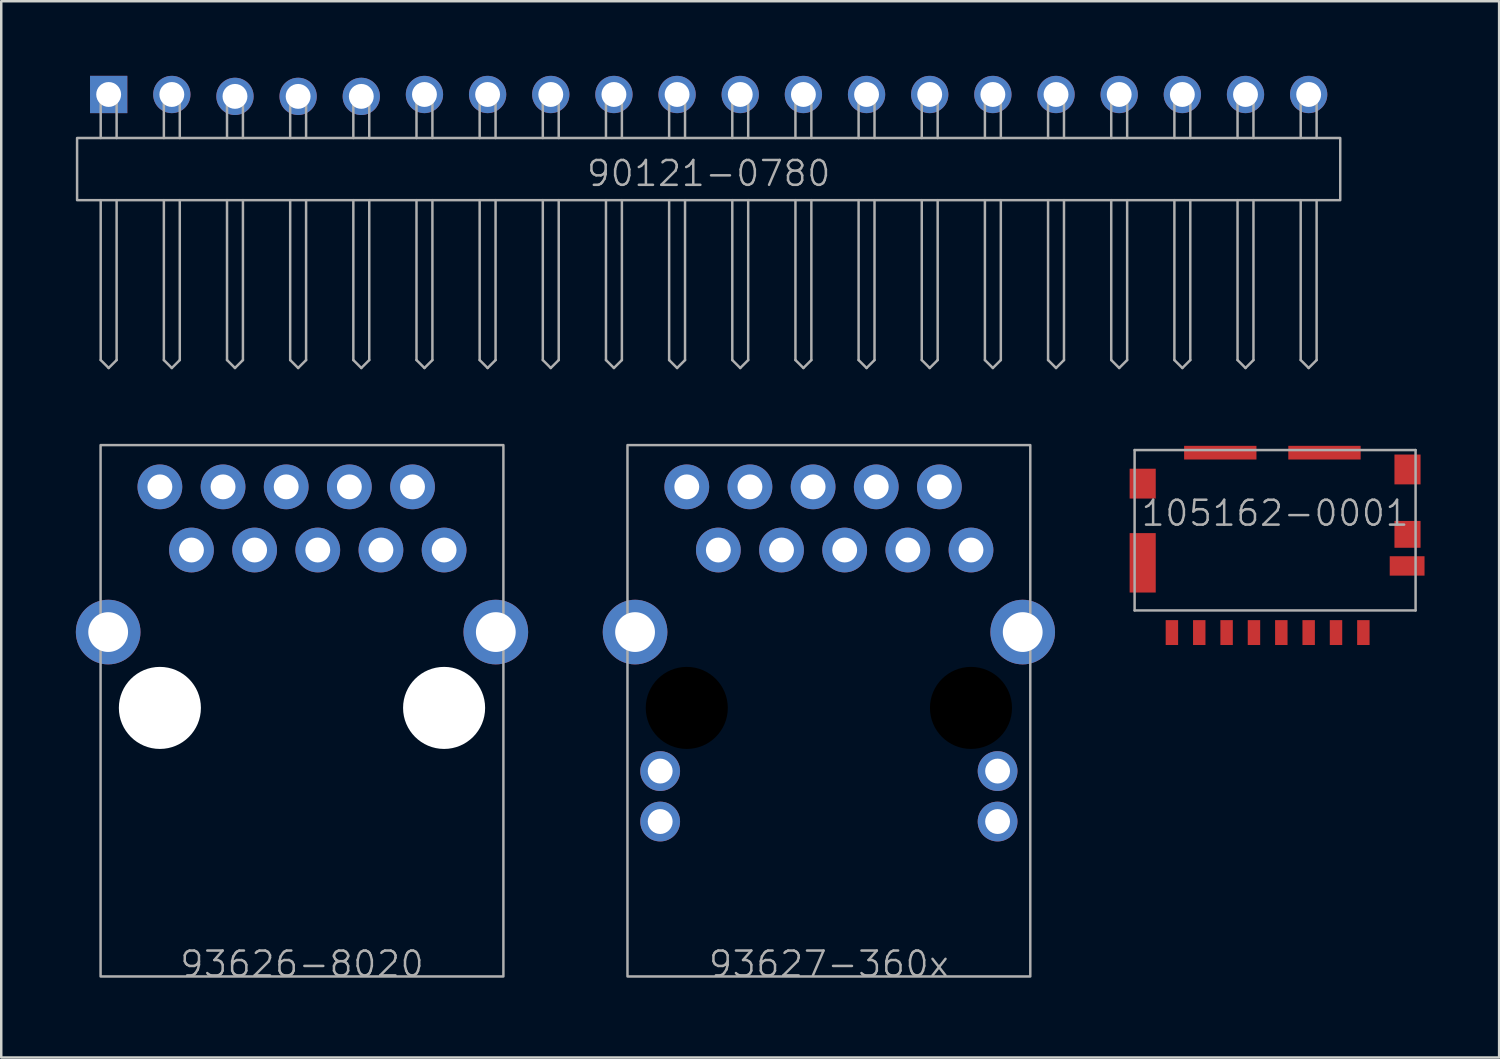
<source format=kicad_pcb>
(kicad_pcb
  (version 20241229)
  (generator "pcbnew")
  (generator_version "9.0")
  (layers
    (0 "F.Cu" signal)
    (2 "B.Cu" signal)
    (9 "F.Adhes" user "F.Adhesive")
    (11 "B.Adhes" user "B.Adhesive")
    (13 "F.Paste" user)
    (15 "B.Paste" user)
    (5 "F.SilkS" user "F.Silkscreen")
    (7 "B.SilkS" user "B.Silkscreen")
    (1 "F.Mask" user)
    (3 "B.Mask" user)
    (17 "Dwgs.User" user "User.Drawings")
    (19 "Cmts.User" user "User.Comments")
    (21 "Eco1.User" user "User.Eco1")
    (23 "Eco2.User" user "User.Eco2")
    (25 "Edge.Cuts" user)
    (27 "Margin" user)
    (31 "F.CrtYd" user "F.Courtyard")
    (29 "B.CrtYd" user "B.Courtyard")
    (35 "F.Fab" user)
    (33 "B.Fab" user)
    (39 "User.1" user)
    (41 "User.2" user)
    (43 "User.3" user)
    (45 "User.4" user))
  (footprint "105162-0001"
    (layer "F.Cu")
    (at 48.23 15.05)
    (property "Reference" "105162-0001" (at 0 2.54 0) (layer "F.Fab") (effects (font (size 1 1) (thickness 0.1))))
    (attr smd)
    (fp_line (start -5.65 0) (end 5.65 0) (stroke (width 0.1) (type solid)) (layer "F.Fab"))
    (fp_line (start -5.65 6.45) (end -5.65 0) (stroke (width 0.1) (type solid)) (layer "F.Fab"))
    (fp_line (start 5.65 0) (end 5.65 6.45) (stroke (width 0.1) (type solid)) (layer "F.Fab"))
    (fp_line (start 5.65 6.45) (end -5.65 6.45) (stroke (width 0.1) (type solid)) (layer "F.Fab"))
    (pad "" smd rect (at -2.204 0.105 90) (size 0.55 2.91) (layers "F.Cu" "F.Mask" "F.Paste"))
    (pad "" smd rect (at 1.986 0.105 90) (size 0.55 2.91) (layers "F.Cu" "F.Mask" "F.Paste"))
    (pad "1" smd rect (at 3.55 7.34) (size 0.5 1) (layers "F.Cu" "F.Mask" "F.Paste"))
    (pad "2" smd rect (at 2.45 7.34) (size 0.5 1) (layers "F.Cu" "F.Mask" "F.Paste"))
    (pad "3" smd rect (at 1.35 7.34) (size 0.5 1) (layers "F.Cu" "F.Mask" "F.Paste"))
    (pad "4" smd rect (at 0.25 7.34) (size 0.5 1) (layers "F.Cu" "F.Mask" "F.Paste"))
    (pad "5" smd rect (at -0.85 7.34) (size 0.5 1) (layers "F.Cu" "F.Mask" "F.Paste"))
    (pad "6" smd rect (at -1.95 7.34) (size 0.5 1) (layers "F.Cu" "F.Mask" "F.Paste"))
    (pad "7" smd rect (at -3.05 7.34) (size 0.5 1) (layers "F.Cu" "F.Mask" "F.Paste"))
    (pad "8" smd rect (at -4.15 7.34) (size 0.5 1) (layers "F.Cu" "F.Mask" "F.Paste"))
    (pad "9" smd rect (at 5.31 4.66) (size 1.4 0.78) (layers "F.Cu" "F.Mask" "F.Paste"))
    (pad "10" smd rect (at -5.325 1.35) (size 1.05 1.2) (layers "F.Cu" "F.Mask" "F.Paste"))
    (pad "10" smd rect (at -5.325 4.535) (size 1.05 2.39) (layers "F.Cu" "F.Mask" "F.Paste"))
    (pad "10" smd rect (at 5.325 0.78) (size 1.05 1.2) (layers "F.Cu" "F.Mask" "F.Paste"))
    (pad "10" smd rect (at 5.325 3.39) (size 1.05 1.08) (layers "F.Cu" "F.Mask" "F.Paste")))
  (footprint "90121-0780"
    (layer "F.Cu")
    (at 25.45 0.75)
    (property "Reference" "90121-0780" (at 0 3.175 0) (unlocked yes) (layer "F.Fab") (effects (font (size 1 1) (thickness 0.1))))
    (attr through_hole)
    (fp_line (start -24.45 0) (end -23.81 0) (stroke (width 0.1) (type default)) (layer "F.Fab"))
    (fp_line (start -24.45 1.75) (end -24.45 0) (stroke (width 0.1) (type default)) (layer "F.Fab"))
    (fp_line (start -24.45 4.25) (end -24.45 10.68) (stroke (width 0.1) (type default)) (layer "F.Fab"))
    (fp_line (start -24.45 10.68) (end -24.13 11) (stroke (width 0.1) (type default)) (layer "F.Fab"))
    (fp_line (start -24.13 11) (end -23.81 10.68) (stroke (width 0.1) (type default)) (layer "F.Fab"))
    (fp_line (start -23.81 1.75) (end -23.81 0) (stroke (width 0.1) (type default)) (layer "F.Fab"))
    (fp_line (start -23.81 4.25) (end -23.81 10.68) (stroke (width 0.1) (type default)) (layer "F.Fab"))
    (fp_line (start -21.91 0) (end -21.27 0) (stroke (width 0.1) (type default)) (layer "F.Fab"))
    (fp_line (start -21.91 1.75) (end -21.91 0) (stroke (width 0.1) (type default)) (layer "F.Fab"))
    (fp_line (start -21.91 4.25) (end -21.91 10.68) (stroke (width 0.1) (type default)) (layer "F.Fab"))
    (fp_line (start -21.91 10.68) (end -21.59 11) (stroke (width 0.1) (type default)) (layer "F.Fab"))
    (fp_line (start -21.59 11) (end -21.27 10.68) (stroke (width 0.1) (type default)) (layer "F.Fab"))
    (fp_line (start -21.27 1.75) (end -21.27 0) (stroke (width 0.1) (type default)) (layer "F.Fab"))
    (fp_line (start -21.27 4.25) (end -21.27 10.68) (stroke (width 0.1) (type default)) (layer "F.Fab"))
    (fp_line (start -19.37 0) (end -18.73 0) (stroke (width 0.1) (type default)) (layer "F.Fab"))
    (fp_line (start -19.37 1.75) (end -19.37 0) (stroke (width 0.1) (type default)) (layer "F.Fab"))
    (fp_line (start -19.37 4.25) (end -19.37 10.68) (stroke (width 0.1) (type default)) (layer "F.Fab"))
    (fp_line (start -19.37 10.68) (end -19.05 11) (stroke (width 0.1) (type default)) (layer "F.Fab"))
    (fp_line (start -19.05 11) (end -18.73 10.68) (stroke (width 0.1) (type default)) (layer "F.Fab"))
    (fp_line (start -18.73 1.75) (end -18.73 0) (stroke (width 0.1) (type default)) (layer "F.Fab"))
    (fp_line (start -18.73 4.25) (end -18.73 10.68) (stroke (width 0.1) (type default)) (layer "F.Fab"))
    (fp_line (start -16.83 0) (end -16.19 0) (stroke (width 0.1) (type default)) (layer "F.Fab"))
    (fp_line (start -16.83 1.75) (end -16.83 0) (stroke (width 0.1) (type default)) (layer "F.Fab"))
    (fp_line (start -16.83 4.25) (end -16.83 10.68) (stroke (width 0.1) (type default)) (layer "F.Fab"))
    (fp_line (start -16.83 10.68) (end -16.51 11) (stroke (width 0.1) (type default)) (layer "F.Fab"))
    (fp_line (start -16.51 11) (end -16.19 10.68) (stroke (width 0.1) (type default)) (layer "F.Fab"))
    (fp_line (start -16.19 1.75) (end -16.19 0) (stroke (width 0.1) (type default)) (layer "F.Fab"))
    (fp_line (start -16.19 4.25) (end -16.19 10.68) (stroke (width 0.1) (type default)) (layer "F.Fab"))
    (fp_line (start -14.29 0) (end -13.65 0) (stroke (width 0.1) (type default)) (layer "F.Fab"))
    (fp_line (start -14.29 1.75) (end -14.29 0) (stroke (width 0.1) (type default)) (layer "F.Fab"))
    (fp_line (start -14.29 4.25) (end -14.29 10.68) (stroke (width 0.1) (type default)) (layer "F.Fab"))
    (fp_line (start -14.29 10.68) (end -13.97 11) (stroke (width 0.1) (type default)) (layer "F.Fab"))
    (fp_line (start -13.97 11) (end -13.65 10.68) (stroke (width 0.1) (type default)) (layer "F.Fab"))
    (fp_line (start -13.65 1.75) (end -13.65 0) (stroke (width 0.1) (type default)) (layer "F.Fab"))
    (fp_line (start -13.65 4.25) (end -13.65 10.68) (stroke (width 0.1) (type default)) (layer "F.Fab"))
    (fp_line (start -11.75 0) (end -11.11 0) (stroke (width 0.1) (type default)) (layer "F.Fab"))
    (fp_line (start -11.75 1.75) (end -11.75 0) (stroke (width 0.1) (type default)) (layer "F.Fab"))
    (fp_line (start -11.75 4.25) (end -11.75 10.68) (stroke (width 0.1) (type default)) (layer "F.Fab"))
    (fp_line (start -11.75 10.68) (end -11.43 11) (stroke (width 0.1) (type default)) (layer "F.Fab"))
    (fp_line (start -11.43 11) (end -11.11 10.68) (stroke (width 0.1) (type default)) (layer "F.Fab"))
    (fp_line (start -11.11 1.75) (end -11.11 0) (stroke (width 0.1) (type default)) (layer "F.Fab"))
    (fp_line (start -11.11 4.25) (end -11.11 10.68) (stroke (width 0.1) (type default)) (layer "F.Fab"))
    (fp_line (start -9.21 0) (end -8.57 0) (stroke (width 0.1) (type default)) (layer "F.Fab"))
    (fp_line (start -9.21 1.75) (end -9.21 0) (stroke (width 0.1) (type default)) (layer "F.Fab"))
    (fp_line (start -9.21 4.25) (end -9.21 10.68) (stroke (width 0.1) (type default)) (layer "F.Fab"))
    (fp_line (start -9.21 10.68) (end -8.89 11) (stroke (width 0.1) (type default)) (layer "F.Fab"))
    (fp_line (start -8.89 11) (end -8.57 10.68) (stroke (width 0.1) (type default)) (layer "F.Fab"))
    (fp_line (start -8.57 1.75) (end -8.57 0) (stroke (width 0.1) (type default)) (layer "F.Fab"))
    (fp_line (start -8.57 4.25) (end -8.57 10.68) (stroke (width 0.1) (type default)) (layer "F.Fab"))
    (fp_line (start -6.67 0) (end -6.03 0) (stroke (width 0.1) (type default)) (layer "F.Fab"))
    (fp_line (start -6.67 1.75) (end -6.67 0) (stroke (width 0.1) (type default)) (layer "F.Fab"))
    (fp_line (start -6.67 4.25) (end -6.67 10.68) (stroke (width 0.1) (type default)) (layer "F.Fab"))
    (fp_line (start -6.67 10.68) (end -6.35 11) (stroke (width 0.1) (type default)) (layer "F.Fab"))
    (fp_line (start -6.35 11) (end -6.03 10.68) (stroke (width 0.1) (type default)) (layer "F.Fab"))
    (fp_line (start -6.03 1.75) (end -6.03 0) (stroke (width 0.1) (type default)) (layer "F.Fab"))
    (fp_line (start -6.03 4.25) (end -6.03 10.68) (stroke (width 0.1) (type default)) (layer "F.Fab"))
    (fp_line (start -4.13 0) (end -3.49 0) (stroke (width 0.1) (type default)) (layer "F.Fab"))
    (fp_line (start -4.13 1.75) (end -4.13 0) (stroke (width 0.1) (type default)) (layer "F.Fab"))
    (fp_line (start -4.13 4.25) (end -4.13 10.68) (stroke (width 0.1) (type default)) (layer "F.Fab"))
    (fp_line (start -4.13 10.68) (end -3.81 11) (stroke (width 0.1) (type default)) (layer "F.Fab"))
    (fp_line (start -3.81 11) (end -3.49 10.68) (stroke (width 0.1) (type default)) (layer "F.Fab"))
    (fp_line (start -3.49 1.75) (end -3.49 0) (stroke (width 0.1) (type default)) (layer "F.Fab"))
    (fp_line (start -3.49 4.25) (end -3.49 10.68) (stroke (width 0.1) (type default)) (layer "F.Fab"))
    (fp_line (start -1.59 1.75) (end -1.59 0) (stroke (width 0.1) (type default)) (layer "F.Fab"))
    (fp_line (start -1.59 4.25) (end -1.59 10.68) (stroke (width 0.1) (type default)) (layer "F.Fab"))
    (fp_line (start -1.59 10.68) (end -1.27 11) (stroke (width 0.1) (type default)) (layer "F.Fab"))
    (fp_line (start -1.27 11) (end -0.95 10.68) (stroke (width 0.1) (type default)) (layer "F.Fab"))
    (fp_line (start -0.95 1.75) (end -0.95 0) (stroke (width 0.1) (type default)) (layer "F.Fab"))
    (fp_line (start -0.95 4.25) (end -0.95 10.68) (stroke (width 0.1) (type default)) (layer "F.Fab"))
    (fp_line (start 0.95 0) (end 1.59 0) (stroke (width 0.1) (type default)) (layer "F.Fab"))
    (fp_line (start 0.95 1.75) (end 0.95 0) (stroke (width 0.1) (type default)) (layer "F.Fab"))
    (fp_line (start 0.95 4.25) (end 0.95 10.68) (stroke (width 0.1) (type default)) (layer "F.Fab"))
    (fp_line (start 0.95 10.68) (end 1.27 11) (stroke (width 0.1) (type default)) (layer "F.Fab"))
    (fp_line (start 1.27 11) (end 1.59 10.68) (stroke (width 0.1) (type default)) (layer "F.Fab"))
    (fp_line (start 1.59 1.75) (end 1.59 0) (stroke (width 0.1) (type default)) (layer "F.Fab"))
    (fp_line (start 1.59 4.25) (end 1.59 10.68) (stroke (width 0.1) (type default)) (layer "F.Fab"))
    (fp_line (start 3.49 0) (end 4.13 0) (stroke (width 0.1) (type default)) (layer "F.Fab"))
    (fp_line (start 3.49 1.75) (end 3.49 0) (stroke (width 0.1) (type default)) (layer "F.Fab"))
    (fp_line (start 3.49 4.25) (end 3.49 10.68) (stroke (width 0.1) (type default)) (layer "F.Fab"))
    (fp_line (start 3.49 10.68) (end 3.81 11) (stroke (width 0.1) (type default)) (layer "F.Fab"))
    (fp_line (start 3.81 11) (end 4.13 10.68) (stroke (width 0.1) (type default)) (layer "F.Fab"))
    (fp_line (start 4.13 1.75) (end 4.13 0) (stroke (width 0.1) (type default)) (layer "F.Fab"))
    (fp_line (start 4.13 4.25) (end 4.13 10.68) (stroke (width 0.1) (type default)) (layer "F.Fab"))
    (fp_line (start 6.03 0) (end 6.67 0) (stroke (width 0.1) (type default)) (layer "F.Fab"))
    (fp_line (start 6.03 1.75) (end 6.03 0) (stroke (width 0.1) (type default)) (layer "F.Fab"))
    (fp_line (start 6.03 4.25) (end 6.03 10.68) (stroke (width 0.1) (type default)) (layer "F.Fab"))
    (fp_line (start 6.03 10.68) (end 6.35 11) (stroke (width 0.1) (type default)) (layer "F.Fab"))
    (fp_line (start 6.35 11) (end 6.67 10.68) (stroke (width 0.1) (type default)) (layer "F.Fab"))
    (fp_line (start 6.67 1.75) (end 6.67 0) (stroke (width 0.1) (type default)) (layer "F.Fab"))
    (fp_line (start 6.67 4.25) (end 6.67 10.68) (stroke (width 0.1) (type default)) (layer "F.Fab"))
    (fp_line (start 8.57 0) (end 9.21 0) (stroke (width 0.1) (type default)) (layer "F.Fab"))
    (fp_line (start 8.57 1.75) (end 8.57 0) (stroke (width 0.1) (type default)) (layer "F.Fab"))
    (fp_line (start 8.57 4.25) (end 8.57 10.68) (stroke (width 0.1) (type default)) (layer "F.Fab"))
    (fp_line (start 8.57 10.68) (end 8.89 11) (stroke (width 0.1) (type default)) (layer "F.Fab"))
    (fp_line (start 8.89 11) (end 9.21 10.68) (stroke (width 0.1) (type default)) (layer "F.Fab"))
    (fp_line (start 9.21 1.75) (end 9.21 0) (stroke (width 0.1) (type default)) (layer "F.Fab"))
    (fp_line (start 9.21 4.25) (end 9.21 10.68) (stroke (width 0.1) (type default)) (layer "F.Fab"))
    (fp_line (start 11.11 0) (end 11.75 0) (stroke (width 0.1) (type default)) (layer "F.Fab"))
    (fp_line (start 11.11 1.75) (end 11.11 0) (stroke (width 0.1) (type default)) (layer "F.Fab"))
    (fp_line (start 11.11 4.25) (end 11.11 10.68) (stroke (width 0.1) (type default)) (layer "F.Fab"))
    (fp_line (start 11.11 10.68) (end 11.43 11) (stroke (width 0.1) (type default)) (layer "F.Fab"))
    (fp_line (start 11.43 11) (end 11.75 10.68) (stroke (width 0.1) (type default)) (layer "F.Fab"))
    (fp_line (start 11.75 1.75) (end 11.75 0) (stroke (width 0.1) (type default)) (layer "F.Fab"))
    (fp_line (start 11.75 4.25) (end 11.75 10.68) (stroke (width 0.1) (type default)) (layer "F.Fab"))
    (fp_line (start 13.65 0) (end 14.29 0) (stroke (width 0.1) (type default)) (layer "F.Fab"))
    (fp_line (start 13.65 1.75) (end 13.65 0) (stroke (width 0.1) (type default)) (layer "F.Fab"))
    (fp_line (start 13.65 4.25) (end 13.65 10.68) (stroke (width 0.1) (type default)) (layer "F.Fab"))
    (fp_line (start 13.65 10.68) (end 13.97 11) (stroke (width 0.1) (type default)) (layer "F.Fab"))
    (fp_line (start 13.97 11) (end 14.29 10.68) (stroke (width 0.1) (type default)) (layer "F.Fab"))
    (fp_line (start 14.29 1.75) (end 14.29 0) (stroke (width 0.1) (type default)) (layer "F.Fab"))
    (fp_line (start 14.29 4.25) (end 14.29 10.68) (stroke (width 0.1) (type default)) (layer "F.Fab"))
    (fp_line (start 16.19 0) (end 16.83 0) (stroke (width 0.1) (type default)) (layer "F.Fab"))
    (fp_line (start 16.19 1.75) (end 16.19 0) (stroke (width 0.1) (type default)) (layer "F.Fab"))
    (fp_line (start 16.19 4.25) (end 16.19 10.68) (stroke (width 0.1) (type default)) (layer "F.Fab"))
    (fp_line (start 16.19 10.68) (end 16.51 11) (stroke (width 0.1) (type default)) (layer "F.Fab"))
    (fp_line (start 16.51 11) (end 16.83 10.68) (stroke (width 0.1) (type default)) (layer "F.Fab"))
    (fp_line (start 16.83 1.75) (end 16.83 0) (stroke (width 0.1) (type default)) (layer "F.Fab"))
    (fp_line (start 16.83 4.25) (end 16.83 10.68) (stroke (width 0.1) (type default)) (layer "F.Fab"))
    (fp_line (start 18.73 0) (end 19.37 0) (stroke (width 0.1) (type default)) (layer "F.Fab"))
    (fp_line (start 18.73 1.75) (end 18.73 0) (stroke (width 0.1) (type default)) (layer "F.Fab"))
    (fp_line (start 18.73 4.25) (end 18.73 10.68) (stroke (width 0.1) (type default)) (layer "F.Fab"))
    (fp_line (start 18.73 10.68) (end 19.05 11) (stroke (width 0.1) (type default)) (layer "F.Fab"))
    (fp_line (start 19.05 11) (end 19.37 10.68) (stroke (width 0.1) (type default)) (layer "F.Fab"))
    (fp_line (start 19.37 1.75) (end 19.37 0) (stroke (width 0.1) (type default)) (layer "F.Fab"))
    (fp_line (start 19.37 4.25) (end 19.37 10.68) (stroke (width 0.1) (type default)) (layer "F.Fab"))
    (fp_line (start 21.27 0) (end 21.91 0) (stroke (width 0.1) (type default)) (layer "F.Fab"))
    (fp_line (start 21.27 1.75) (end 21.27 0) (stroke (width 0.1) (type default)) (layer "F.Fab"))
    (fp_line (start 21.27 4.25) (end 21.27 10.68) (stroke (width 0.1) (type default)) (layer "F.Fab"))
    (fp_line (start 21.27 10.68) (end 21.59 11) (stroke (width 0.1) (type default)) (layer "F.Fab"))
    (fp_line (start 21.59 11) (end 21.91 10.68) (stroke (width 0.1) (type default)) (layer "F.Fab"))
    (fp_line (start 21.91 1.75) (end 21.91 0) (stroke (width 0.1) (type default)) (layer "F.Fab"))
    (fp_line (start 21.91 4.25) (end 21.91 10.68) (stroke (width 0.1) (type default)) (layer "F.Fab"))
    (fp_line (start 23.81 0) (end 24.45 0) (stroke (width 0.1) (type default)) (layer "F.Fab"))
    (fp_line (start 23.81 1.75) (end 23.81 0) (stroke (width 0.1) (type default)) (layer "F.Fab"))
    (fp_line (start 23.81 4.25) (end 23.81 10.68) (stroke (width 0.1) (type default)) (layer "F.Fab"))
    (fp_line (start 23.81 10.68) (end 24.13 11) (stroke (width 0.1) (type default)) (layer "F.Fab"))
    (fp_line (start 24.13 11) (end 24.45 10.68) (stroke (width 0.1) (type default)) (layer "F.Fab"))
    (fp_line (start 24.45 1.75) (end 24.45 0) (stroke (width 0.1) (type default)) (layer "F.Fab"))
    (fp_line (start 24.45 4.25) (end 24.45 10.68) (stroke (width 0.1) (type default)) (layer "F.Fab"))
    (fp_rect (start -25.4 1.75) (end 25.4 4.25) (stroke (width 0.1) (type default)) (fill no) (layer "F.Fab"))
    (pad "1" thru_hole rect (at -24.13 0) (size 1.5 1.5) (drill 1) (layers "*.Cu" "*.Mask"))
    (pad "2" thru_hole circle (at -21.59 0) (size 1.5 1.5) (drill 1) (layers "*.Cu" "*.Mask"))
    (pad "3" thru_hole circle (at -19.05 0.076) (size 1.5 1.5) (drill 1) (layers "*.Cu" "*.Mask"))
    (pad "4" thru_hole circle (at -16.51 0.076) (size 1.5 1.5) (drill 1) (layers "*.Cu" "*.Mask"))
    (pad "5" thru_hole circle (at -13.97 0.076) (size 1.5 1.5) (drill 1) (layers "*.Cu" "*.Mask"))
    (pad "6" thru_hole circle (at -11.43 0) (size 1.5 1.5) (drill 1) (layers "*.Cu" "*.Mask"))
    (pad "7" thru_hole circle (at -8.89 0) (size 1.5 1.5) (drill 1) (layers "*.Cu" "*.Mask"))
    (pad "8" thru_hole circle (at -6.35 0) (size 1.5 1.5) (drill 1) (layers "*.Cu" "*.Mask"))
    (pad "9" thru_hole circle (at -3.81 0) (size 1.5 1.5) (drill 1) (layers "*.Cu" "*.Mask"))
    (pad "10" thru_hole circle (at -1.27 0) (size 1.5 1.5) (drill 1) (layers "*.Cu" "*.Mask"))
    (pad "11" thru_hole circle (at 1.27 0) (size 1.5 1.5) (drill 1) (layers "*.Cu" "*.Mask"))
    (pad "12" thru_hole circle (at 3.81 0) (size 1.5 1.5) (drill 1) (layers "*.Cu" "*.Mask"))
    (pad "13" thru_hole circle (at 6.35 0) (size 1.5 1.5) (drill 1) (layers "*.Cu" "*.Mask"))
    (pad "14" thru_hole circle (at 8.89 0) (size 1.5 1.5) (drill 1) (layers "*.Cu" "*.Mask"))
    (pad "15" thru_hole circle (at 11.43 0) (size 1.5 1.5) (drill 1) (layers "*.Cu" "*.Mask"))
    (pad "16" thru_hole circle (at 13.97 0) (size 1.5 1.5) (drill 1) (layers "*.Cu" "*.Mask"))
    (pad "17" thru_hole circle (at 16.51 0) (size 1.5 1.5) (drill 1) (layers "*.Cu" "*.Mask"))
    (pad "18" thru_hole circle (at 19.05 0) (size 1.5 1.5) (drill 1) (layers "*.Cu" "*.Mask"))
    (pad "19" thru_hole circle (at 21.59 0) (size 1.5 1.5) (drill 1) (layers "*.Cu" "*.Mask"))
    (pad "20" thru_hole circle (at 24.13 0) (size 1.5 1.5) (drill 1) (layers "*.Cu" "*.Mask")))
  (footprint "93627-360x"
    (layer "F.Cu")
    (at 30.285 36.22)
    (property "Reference" "93627-360x" (at 0 -0.5 0) (unlocked yes) (layer "F.Fab") (effects (font (size 1 1) (thickness 0.1))))
    (attr through_hole)
    (fp_rect (start -8.1 0) (end 8.1 -21.37) (stroke (width 0.1) (type default)) (fill no) (layer "F.Fab"))
    (pad "" np_thru_hole circle (at -5.715 -10.8) (size 3.3 3.3) (drill 3.3) (layers "*.Mask"))
    (pad "" np_thru_hole circle (at 5.715 -10.8) (size 3.3 3.3) (drill 3.3) (layers "*.Mask"))
    (pad "1" thru_hole circle (at -5.715 -19.69) (size 1.8 1.8) (drill 1) (layers "*.Cu" "*.Mask"))
    (pad "2" thru_hole circle (at -4.445 -17.15) (size 1.8 1.8) (drill 1) (layers "*.Cu" "*.Mask"))
    (pad "3" thru_hole circle (at -3.175 -19.69) (size 1.8 1.8) (drill 1) (layers "*.Cu" "*.Mask"))
    (pad "4" thru_hole circle (at -1.905 -17.15) (size 1.8 1.8) (drill 1) (layers "*.Cu" "*.Mask"))
    (pad "5" thru_hole circle (at -0.635 -19.69) (size 1.8 1.8) (drill 1) (layers "*.Cu" "*.Mask"))
    (pad "6" thru_hole circle (at 0.635 -17.15) (size 1.8 1.8) (drill 1) (layers "*.Cu" "*.Mask"))
    (pad "7" thru_hole circle (at 1.905 -19.69) (size 1.8 1.8) (drill 1) (layers "*.Cu" "*.Mask"))
    (pad "8" thru_hole circle (at 3.175 -17.15) (size 1.8 1.8) (drill 1) (layers "*.Cu" "*.Mask"))
    (pad "9" thru_hole circle (at 4.445 -19.69) (size 1.8 1.8) (drill 1) (layers "*.Cu" "*.Mask"))
    (pad "10" thru_hole circle (at 5.715 -17.15) (size 1.8 1.8) (drill 1) (layers "*.Cu" "*.Mask"))
    (pad "11" thru_hole circle (at -6.785 -6.23) (size 1.6 1.6) (drill 1) (layers "*.Cu" "*.Mask"))
    (pad "12" thru_hole circle (at -6.785 -8.26) (size 1.6 1.6) (drill 1) (layers "*.Cu" "*.Mask"))
    (pad "13" thru_hole circle (at 6.785 -6.23) (size 1.6 1.6) (drill 1) (layers "*.Cu" "*.Mask"))
    (pad "14" thru_hole circle (at 6.785 -8.26) (size 1.6 1.6) (drill 1) (layers "*.Cu" "*.Mask"))
    (pad "15" thru_hole circle (at -7.795 -13.85) (size 2.6 2.6) (drill 1.6) (layers "*.Cu" "*.Mask"))
    (pad "15" thru_hole circle (at 7.795 -13.85) (size 2.6 2.6) (drill 1.6) (layers "*.Cu" "*.Mask")))
  (footprint "93626-8020"
    (layer "F.Cu")
    (at 9.095 36.22)
    (property "Reference" "93626-8020" (at 0 -0.5 0) (unlocked yes) (layer "F.Fab") (effects (font (size 1 1) (thickness 0.1))))
    (attr through_hole)
    (fp_rect (start -8.1 0) (end 8.1 -21.37) (stroke (width 0.1) (type default)) (fill no) (layer "F.Fab"))
    (pad "" np_thru_hole circle (at -5.715 -10.8) (size 3.3 3.3) (drill 3.3) (layers "*.Cu" "*.Mask"))
    (pad "" np_thru_hole circle (at 5.715 -10.8) (size 3.3 3.3) (drill 3.3) (layers "*.Cu" "*.Mask"))
    (pad "1" thru_hole circle (at -5.715 -19.69) (size 1.8 1.8) (drill 1) (layers "*.Cu" "*.Mask"))
    (pad "2" thru_hole circle (at -4.445 -17.15) (size 1.8 1.8) (drill 1) (layers "*.Cu" "*.Mask"))
    (pad "3" thru_hole circle (at -3.175 -19.69) (size 1.8 1.8) (drill 1) (layers "*.Cu" "*.Mask"))
    (pad "4" thru_hole circle (at -1.905 -17.15) (size 1.8 1.8) (drill 1) (layers "*.Cu" "*.Mask"))
    (pad "5" thru_hole circle (at -0.635 -19.69) (size 1.8 1.8) (drill 1) (layers "*.Cu" "*.Mask"))
    (pad "6" thru_hole circle (at 0.635 -17.15) (size 1.8 1.8) (drill 1) (layers "*.Cu" "*.Mask"))
    (pad "7" thru_hole circle (at 1.905 -19.69) (size 1.8 1.8) (drill 1) (layers "*.Cu" "*.Mask"))
    (pad "8" thru_hole circle (at 3.175 -17.15) (size 1.8 1.8) (drill 1) (layers "*.Cu" "*.Mask"))
    (pad "9" thru_hole circle (at 4.445 -19.69) (size 1.8 1.8) (drill 1) (layers "*.Cu" "*.Mask"))
    (pad "10" thru_hole circle (at 5.715 -17.15) (size 1.8 1.8) (drill 1) (layers "*.Cu" "*.Mask"))
    (pad "11" thru_hole circle (at -7.795 -13.85) (size 2.6 2.6) (drill 1.6) (layers "*.Cu" "*.Mask"))
    (pad "11" thru_hole circle (at 7.795 -13.85) (size 2.6 2.6) (drill 1.6) (layers "*.Cu" "*.Mask")))
  (gr_rect
    (start -3 -3)
    (end 57.24 39.48)
    (stroke (width 0.1) (type default))
    (fill no)
    (layer "Edge.Cuts")))
</source>
